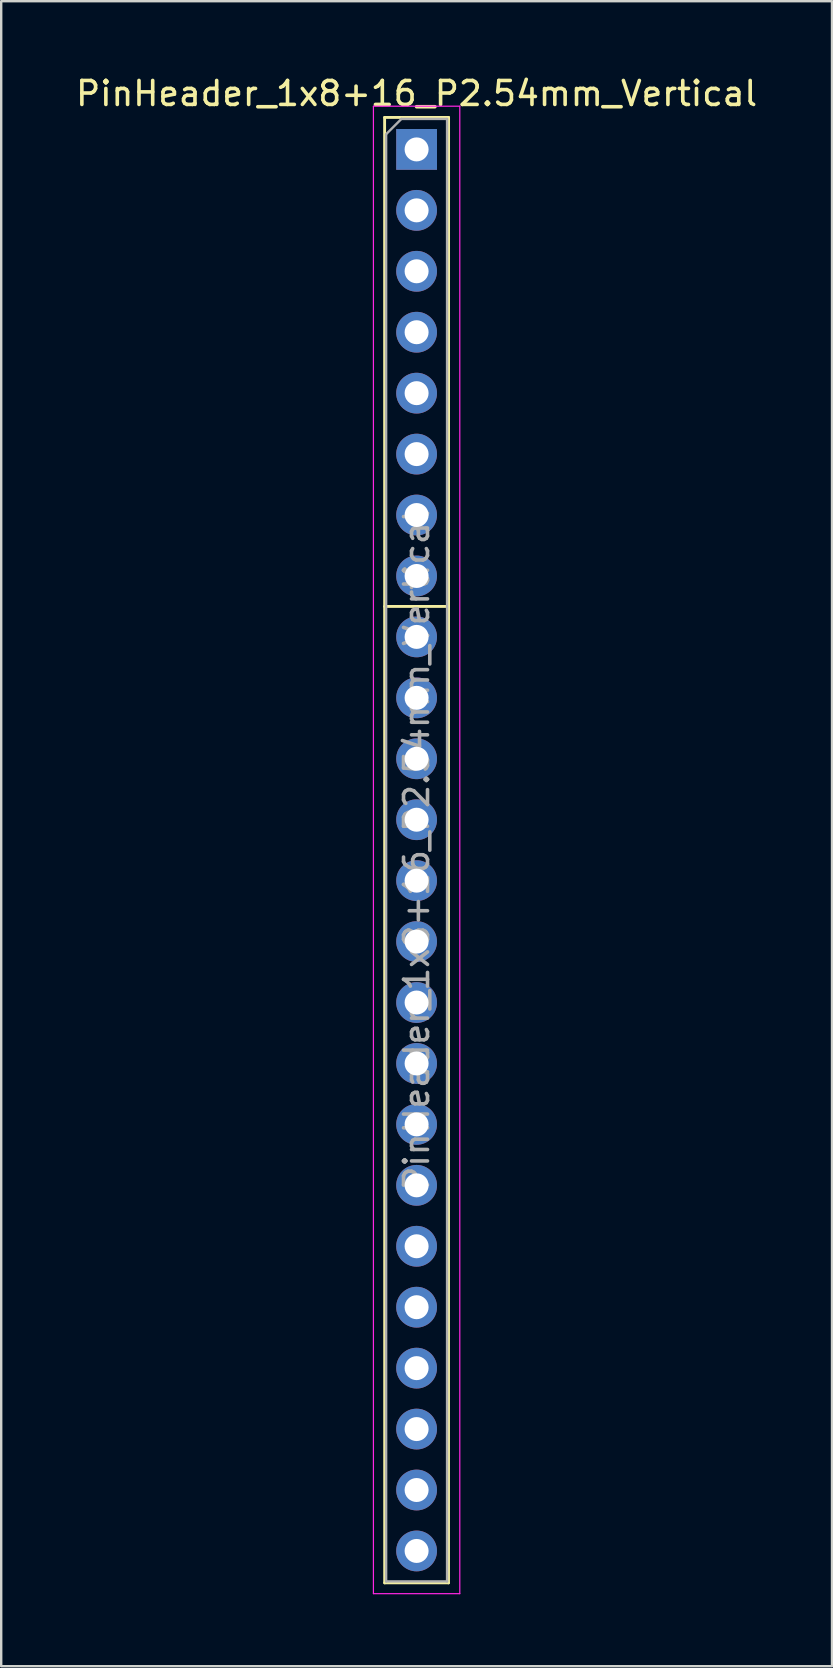
<source format=kicad_pcb>
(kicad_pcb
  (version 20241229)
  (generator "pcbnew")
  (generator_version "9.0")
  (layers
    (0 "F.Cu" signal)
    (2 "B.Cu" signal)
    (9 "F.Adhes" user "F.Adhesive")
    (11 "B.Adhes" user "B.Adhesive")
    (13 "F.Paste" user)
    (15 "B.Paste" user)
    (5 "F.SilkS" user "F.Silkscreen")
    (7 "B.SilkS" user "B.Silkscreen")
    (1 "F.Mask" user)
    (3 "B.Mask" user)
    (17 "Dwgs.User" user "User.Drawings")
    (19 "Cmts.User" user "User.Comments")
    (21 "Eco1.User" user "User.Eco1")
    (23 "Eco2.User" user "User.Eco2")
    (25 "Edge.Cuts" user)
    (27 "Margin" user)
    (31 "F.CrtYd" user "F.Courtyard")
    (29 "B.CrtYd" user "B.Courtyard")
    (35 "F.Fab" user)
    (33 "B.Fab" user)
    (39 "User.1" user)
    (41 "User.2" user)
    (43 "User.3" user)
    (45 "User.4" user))
  (footprint "PinHeader_1x8+16_P2.54mm_Vertical"
    (layer "F.Cu")
    (at 14.315 3.178)
    (property "Reference" "PinHeader_1x8+16_P2.54mm_Vertical" (at 0 -2.33 0) (layer "F.SilkS") (effects (font (size 1 1) (thickness 0.15))))
    (attr through_hole)
    (fp_line (start -1.333 -1.333) (end -1.33 59.75) (stroke (width 0.12) (type solid)) (layer "F.SilkS"))
    (fp_line (start -1.333 -1.333) (end 1.333 -1.333) (stroke (width 0.12) (type solid)) (layer "F.SilkS"))
    (fp_line (start -1.333 19.05) (end 1.333 19.05) (stroke (width 0.12) (type solid)) (layer "F.SilkS"))
    (fp_line (start -1.33 59.75) (end 1.33 59.75) (stroke (width 0.12) (type solid)) (layer "F.SilkS"))
    (fp_line (start 1.333 -1.333) (end 1.33 59.75) (stroke (width 0.12) (type solid)) (layer "F.SilkS"))
    (fp_line (start -1.8 -1.8) (end -1.8 60.2) (stroke (width 0.05) (type solid)) (layer "F.CrtYd"))
    (fp_line (start -1.8 60.2) (end 1.8 60.2) (stroke (width 0.05) (type solid)) (layer "F.CrtYd"))
    (fp_line (start 1.8 -1.8) (end -1.8 -1.8) (stroke (width 0.05) (type solid)) (layer "F.CrtYd"))
    (fp_line (start 1.8 60.2) (end 1.8 -1.8) (stroke (width 0.05) (type solid)) (layer "F.CrtYd"))
    (fp_line (start -1.27 -0.635) (end -0.635 -1.27) (stroke (width 0.1) (type solid)) (layer "F.Fab"))
    (fp_line (start -1.27 59.69) (end -1.27 -0.635) (stroke (width 0.1) (type solid)) (layer "F.Fab"))
    (fp_line (start -0.635 -1.27) (end 1.27 -1.27) (stroke (width 0.1) (type solid)) (layer "F.Fab"))
    (fp_line (start 1.27 -1.27) (end 1.27 59.69) (stroke (width 0.1) (type solid)) (layer "F.Fab"))
    (fp_line (start 1.27 59.69) (end -1.27 59.69) (stroke (width 0.1) (type solid)) (layer "F.Fab"))
    (fp_text user "${REFERENCE}" (at 0 29.21 90) (layer "F.Fab") (effects (font (size 1 1) (thickness 0.15))))
    (pad "1" thru_hole rect (at 0 0) (size 1.7 1.7) (drill 1) (layers "*.Cu" "*.Mask"))
    (pad "2" thru_hole oval (at 0 2.54) (size 1.7 1.7) (drill 1) (layers "*.Cu" "*.Mask"))
    (pad "3" thru_hole oval (at 0 5.08) (size 1.7 1.7) (drill 1) (layers "*.Cu" "*.Mask"))
    (pad "4" thru_hole oval (at 0 7.62) (size 1.7 1.7) (drill 1) (layers "*.Cu" "*.Mask"))
    (pad "5" thru_hole oval (at 0 10.16) (size 1.7 1.7) (drill 1) (layers "*.Cu" "*.Mask"))
    (pad "6" thru_hole oval (at 0 12.7) (size 1.7 1.7) (drill 1) (layers "*.Cu" "*.Mask"))
    (pad "7" thru_hole oval (at 0 15.24) (size 1.7 1.7) (drill 1) (layers "*.Cu" "*.Mask"))
    (pad "8" thru_hole oval (at 0 17.78) (size 1.7 1.7) (drill 1) (layers "*.Cu" "*.Mask"))
    (pad "9" thru_hole oval (at 0 20.32) (size 1.7 1.7) (drill 1) (layers "*.Cu" "*.Mask"))
    (pad "10" thru_hole oval (at 0 22.86) (size 1.7 1.7) (drill 1) (layers "*.Cu" "*.Mask"))
    (pad "11" thru_hole oval (at 0 25.4) (size 1.7 1.7) (drill 1) (layers "*.Cu" "*.Mask"))
    (pad "12" thru_hole oval (at 0 27.94) (size 1.7 1.7) (drill 1) (layers "*.Cu" "*.Mask"))
    (pad "13" thru_hole oval (at 0 30.48) (size 1.7 1.7) (drill 1) (layers "*.Cu" "*.Mask"))
    (pad "14" thru_hole oval (at 0 33.02) (size 1.7 1.7) (drill 1) (layers "*.Cu" "*.Mask"))
    (pad "15" thru_hole oval (at 0 35.56) (size 1.7 1.7) (drill 1) (layers "*.Cu" "*.Mask"))
    (pad "16" thru_hole oval (at 0 38.1) (size 1.7 1.7) (drill 1) (layers "*.Cu" "*.Mask"))
    (pad "17" thru_hole oval (at 0 40.64) (size 1.7 1.7) (drill 1) (layers "*.Cu" "*.Mask"))
    (pad "18" thru_hole oval (at 0 43.18) (size 1.7 1.7) (drill 1) (layers "*.Cu" "*.Mask"))
    (pad "19" thru_hole oval (at 0 45.72) (size 1.7 1.7) (drill 1) (layers "*.Cu" "*.Mask"))
    (pad "20" thru_hole oval (at 0 48.26) (size 1.7 1.7) (drill 1) (layers "*.Cu" "*.Mask"))
    (pad "21" thru_hole oval (at 0 50.8) (size 1.7 1.7) (drill 1) (layers "*.Cu" "*.Mask"))
    (pad "22" thru_hole oval (at 0 53.34) (size 1.7 1.7) (drill 1) (layers "*.Cu" "*.Mask"))
    (pad "23" thru_hole oval (at 0 55.88) (size 1.7 1.7) (drill 1) (layers "*.Cu" "*.Mask"))
    (pad "24" thru_hole oval (at 0 58.42) (size 1.7 1.7) (drill 1) (layers "*.Cu" "*.Mask")))
  (gr_rect
    (start -3 -3)
    (end 31.631 66.403)
    (stroke (width 0.1) (type default))
    (fill no)
    (layer "Edge.Cuts")))
</source>
